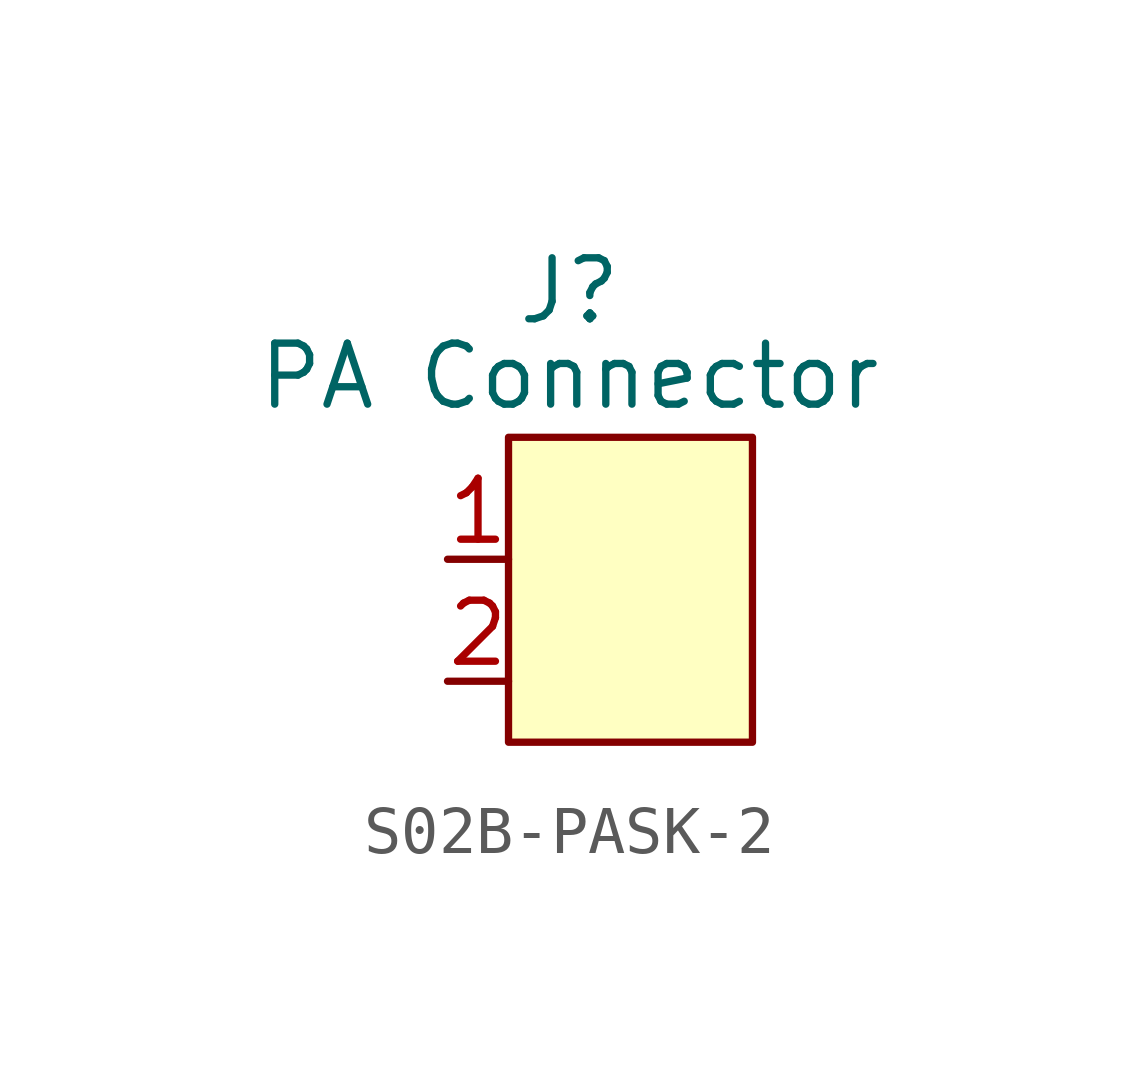
<source format=kicad_sym>
(kicad_symbol_lib
  (version 20241209)
  (generator "kicad_symbol_editor")
  (generator_version "9.0")
  (symbol "S02B-PASK-2"
    (property "Reference" "J"
      (at 0 6.858 0)
      (effects (font (size 1.27 1.27))))
    (property "Value" "PA Connector"
      (at 0 5.08 0)
      (effects (font (size 1.27 1.27))))
    (symbol "S02B-PASK-2_1_1"
      (rectangle (start -1.27 3.81) (end 3.81 -2.54) (stroke (width 0) (type solid)) (fill (type background)))
      (pin passive line (at -2.54 1.27 0) (length 1.27) (name "" (effects (font (size 1.27 1.27)))) (number "1" (effects (font (size 1.27 1.27)))))
      (pin passive line (at -2.54 -1.27 0) (length 1.27) (name "" (effects (font (size 1.27 1.27)))) (number "2" (effects (font (size 1.27 1.27))))))))
</source>
